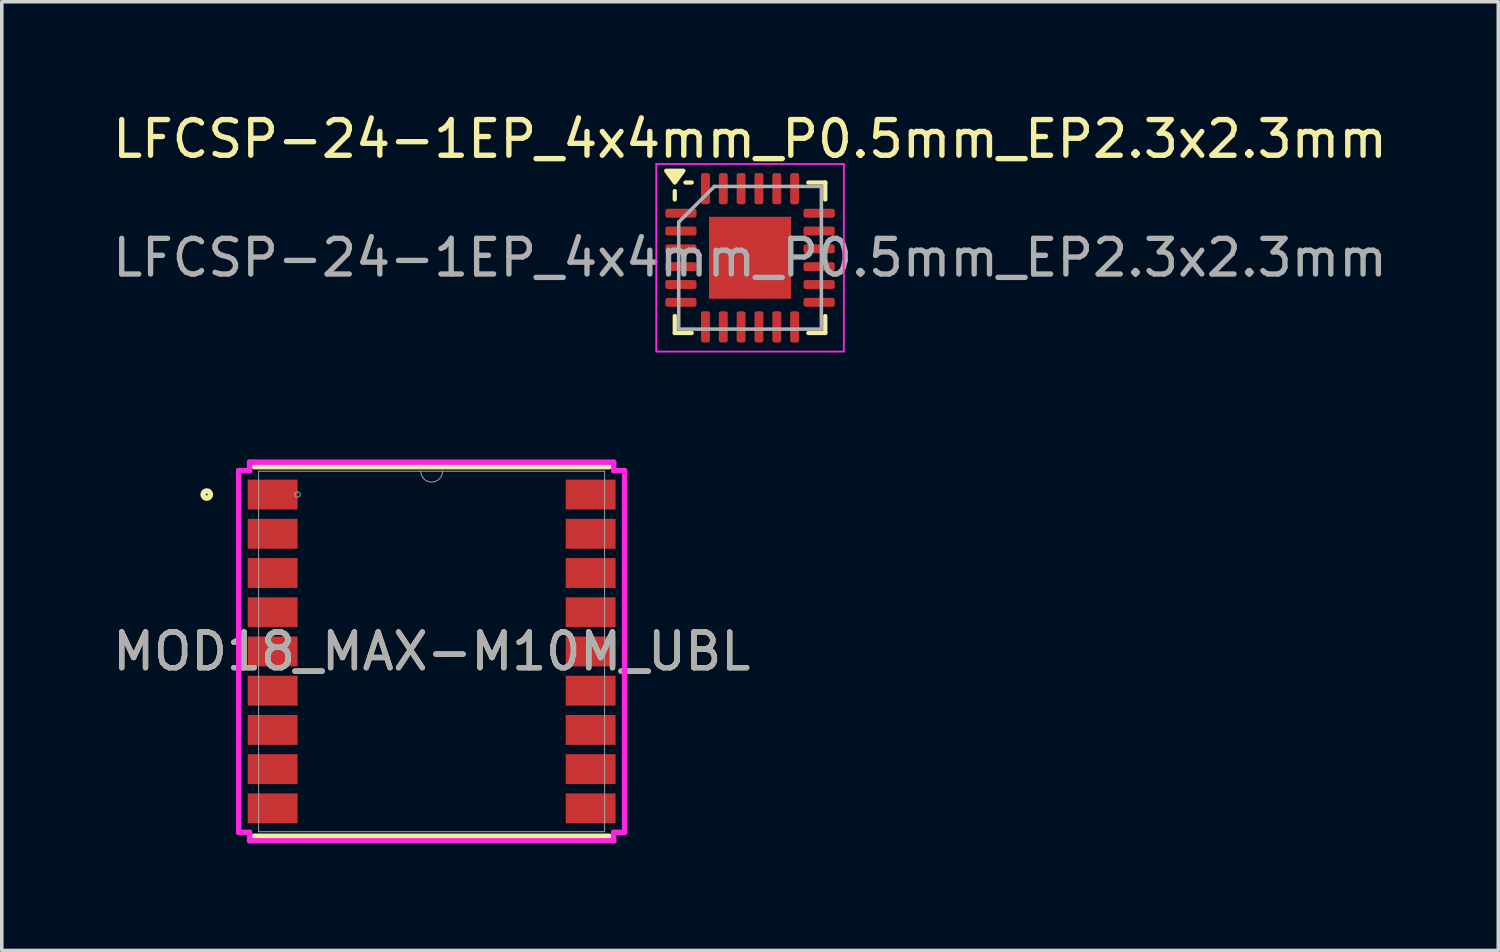
<source format=kicad_pcb>
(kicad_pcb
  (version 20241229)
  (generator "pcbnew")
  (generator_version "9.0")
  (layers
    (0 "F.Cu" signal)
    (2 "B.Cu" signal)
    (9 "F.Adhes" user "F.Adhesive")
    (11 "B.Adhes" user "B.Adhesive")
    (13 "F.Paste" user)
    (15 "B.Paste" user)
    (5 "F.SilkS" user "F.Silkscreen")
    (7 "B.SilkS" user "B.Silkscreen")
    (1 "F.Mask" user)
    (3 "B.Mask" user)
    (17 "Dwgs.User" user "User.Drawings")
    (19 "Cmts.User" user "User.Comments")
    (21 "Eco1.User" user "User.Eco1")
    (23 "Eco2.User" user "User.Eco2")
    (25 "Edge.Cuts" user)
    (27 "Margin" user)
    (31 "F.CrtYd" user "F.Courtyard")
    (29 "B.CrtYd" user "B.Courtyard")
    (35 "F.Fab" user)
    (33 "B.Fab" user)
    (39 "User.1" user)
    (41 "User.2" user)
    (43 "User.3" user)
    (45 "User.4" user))
  (footprint "LFCSP-24-1EP_4x4mm_P0.5mm_EP2.3x2.3mm"
    (layer "F.Cu")
    (at 17.982 4.178)
    (property "Reference" "LFCSP-24-1EP_4x4mm_P0.5mm_EP2.3x2.3mm" (at 0 -3.33 180) (layer "F.SilkS") (effects (font (size 1 1) (thickness 0.15))))
    (attr smd)
    (fp_line (start -2.11 -1.635) (end -2.11 -1.87) (stroke (width 0.12) (type solid)) (layer "F.SilkS"))
    (fp_line (start -2.11 2.11) (end -2.11 1.635) (stroke (width 0.12) (type solid)) (layer "F.SilkS"))
    (fp_line (start -1.635 -2.11) (end -1.81 -2.11) (stroke (width 0.12) (type solid)) (layer "F.SilkS"))
    (fp_line (start -1.635 2.11) (end -2.11 2.11) (stroke (width 0.12) (type solid)) (layer "F.SilkS"))
    (fp_line (start 1.635 -2.11) (end 2.11 -2.11) (stroke (width 0.12) (type solid)) (layer "F.SilkS"))
    (fp_line (start 1.635 2.11) (end 2.11 2.11) (stroke (width 0.12) (type solid)) (layer "F.SilkS"))
    (fp_line (start 2.11 -2.11) (end 2.11 -1.635) (stroke (width 0.12) (type solid)) (layer "F.SilkS"))
    (fp_line (start 2.11 2.11) (end 2.11 1.635) (stroke (width 0.12) (type solid)) (layer "F.SilkS"))
    (fp_poly (pts (xy -2.11 -2.11) (xy -2.35 -2.44) (xy -1.87 -2.44) (xy -2.11 -2.11)) (stroke (width 0.12) (type solid)) (fill yes) (layer "F.SilkS"))
    (fp_line (start -2.63 -2.63) (end -2.63 2.63) (stroke (width 0.05) (type solid)) (layer "F.CrtYd"))
    (fp_line (start -2.63 2.63) (end 2.63 2.63) (stroke (width 0.05) (type solid)) (layer "F.CrtYd"))
    (fp_line (start 2.63 -2.63) (end -2.63 -2.63) (stroke (width 0.05) (type solid)) (layer "F.CrtYd"))
    (fp_line (start 2.63 2.63) (end 2.63 -2.63) (stroke (width 0.05) (type solid)) (layer "F.CrtYd"))
    (fp_line (start -2 -1) (end -1 -2) (stroke (width 0.1) (type solid)) (layer "F.Fab"))
    (fp_line (start -2 2) (end -2 -1) (stroke (width 0.1) (type solid)) (layer "F.Fab"))
    (fp_line (start -1 -2) (end 2 -2) (stroke (width 0.1) (type solid)) (layer "F.Fab"))
    (fp_line (start 2 -2) (end 2 2) (stroke (width 0.1) (type solid)) (layer "F.Fab"))
    (fp_line (start 2 2) (end -2 2) (stroke (width 0.1) (type solid)) (layer "F.Fab"))
    (fp_text user "${REFERENCE}" (at 0 0 180) (layer "F.Fab") (effects (font (size 1 1) (thickness 0.15))))
    (pad "" smd roundrect (at -0.575 -0.575) (size 0.93 0.93) (layers "F.Paste") (roundrect_rratio 0.25))
    (pad "" smd roundrect (at -0.575 0.575) (size 0.93 0.93) (layers "F.Paste") (roundrect_rratio 0.25))
    (pad "" smd roundrect (at 0.575 -0.575) (size 0.93 0.93) (layers "F.Paste") (roundrect_rratio 0.25))
    (pad "" smd roundrect (at 0.575 0.575) (size 0.93 0.93) (layers "F.Paste") (roundrect_rratio 0.25))
    (pad "1" smd roundrect (at -1.938 -1.25) (size 0.875 0.25) (layers "F.Cu" "F.Mask" "F.Paste") (roundrect_rratio 0.25))
    (pad "2" smd roundrect (at -1.938 -0.75) (size 0.875 0.25) (layers "F.Cu" "F.Mask" "F.Paste") (roundrect_rratio 0.25))
    (pad "3" smd roundrect (at -1.938 -0.25) (size 0.875 0.25) (layers "F.Cu" "F.Mask" "F.Paste") (roundrect_rratio 0.25))
    (pad "4" smd roundrect (at -1.938 0.25) (size 0.875 0.25) (layers "F.Cu" "F.Mask" "F.Paste") (roundrect_rratio 0.25))
    (pad "5" smd roundrect (at -1.938 0.75) (size 0.875 0.25) (layers "F.Cu" "F.Mask" "F.Paste") (roundrect_rratio 0.25))
    (pad "6" smd roundrect (at -1.938 1.25) (size 0.875 0.25) (layers "F.Cu" "F.Mask" "F.Paste") (roundrect_rratio 0.25))
    (pad "7" smd roundrect (at -1.25 1.938) (size 0.25 0.875) (layers "F.Cu" "F.Mask" "F.Paste") (roundrect_rratio 0.25))
    (pad "8" smd roundrect (at -0.75 1.938) (size 0.25 0.875) (layers "F.Cu" "F.Mask" "F.Paste") (roundrect_rratio 0.25))
    (pad "9" smd roundrect (at -0.25 1.938) (size 0.25 0.875) (layers "F.Cu" "F.Mask" "F.Paste") (roundrect_rratio 0.25))
    (pad "10" smd roundrect (at 0.25 1.938) (size 0.25 0.875) (layers "F.Cu" "F.Mask" "F.Paste") (roundrect_rratio 0.25))
    (pad "11" smd roundrect (at 0.75 1.938) (size 0.25 0.875) (layers "F.Cu" "F.Mask" "F.Paste") (roundrect_rratio 0.25))
    (pad "12" smd roundrect (at 1.25 1.938) (size 0.25 0.875) (layers "F.Cu" "F.Mask" "F.Paste") (roundrect_rratio 0.25))
    (pad "13" smd roundrect (at 1.938 1.25) (size 0.875 0.25) (layers "F.Cu" "F.Mask" "F.Paste") (roundrect_rratio 0.25))
    (pad "14" smd roundrect (at 1.938 0.75) (size 0.875 0.25) (layers "F.Cu" "F.Mask" "F.Paste") (roundrect_rratio 0.25))
    (pad "15" smd roundrect (at 1.938 0.25) (size 0.875 0.25) (layers "F.Cu" "F.Mask" "F.Paste") (roundrect_rratio 0.25))
    (pad "16" smd roundrect (at 1.938 -0.25) (size 0.875 0.25) (layers "F.Cu" "F.Mask" "F.Paste") (roundrect_rratio 0.25))
    (pad "17" smd roundrect (at 1.938 -0.75) (size 0.875 0.25) (layers "F.Cu" "F.Mask" "F.Paste") (roundrect_rratio 0.25))
    (pad "18" smd roundrect (at 1.938 -1.25) (size 0.875 0.25) (layers "F.Cu" "F.Mask" "F.Paste") (roundrect_rratio 0.25))
    (pad "19" smd roundrect (at 1.25 -1.938) (size 0.25 0.875) (layers "F.Cu" "F.Mask" "F.Paste") (roundrect_rratio 0.25))
    (pad "20" smd roundrect (at 0.75 -1.938) (size 0.25 0.875) (layers "F.Cu" "F.Mask" "F.Paste") (roundrect_rratio 0.25))
    (pad "21" smd roundrect (at 0.25 -1.938) (size 0.25 0.875) (layers "F.Cu" "F.Mask" "F.Paste") (roundrect_rratio 0.25))
    (pad "22" smd roundrect (at -0.25 -1.938) (size 0.25 0.875) (layers "F.Cu" "F.Mask" "F.Paste") (roundrect_rratio 0.25))
    (pad "23" smd roundrect (at -0.75 -1.938) (size 0.25 0.875) (layers "F.Cu" "F.Mask" "F.Paste") (roundrect_rratio 0.25))
    (pad "24" smd roundrect (at -1.25 -1.938) (size 0.25 0.875) (layers "F.Cu" "F.Mask" "F.Paste") (roundrect_rratio 0.25))
    (pad "25" smd rect (at 0 0) (size 2.3 2.3) (property pad_prop_heatsink) (layers "F.Cu" "F.Mask")))
  (footprint "MOD18_MAX-M10M_UBL"
    (layer "F.Cu")
    (at 9.054 15.218)
    (property "Reference" "MOD18_MAX-M10M_UBL" (at 0 0 0) (unlocked yes) (layer "F.SilkS") (effects (font (size 1 1) (thickness 0.15))))
    (attr smd)
    (fp_line (start -4.978 5.182) (end 4.978 5.182) (stroke (width 0.152) (type solid)) (layer "F.SilkS"))
    (fp_line (start 4.978 -5.182) (end -4.978 -5.182) (stroke (width 0.152) (type solid)) (layer "F.SilkS"))
    (fp_circle (center -6.307 -4.4) (end -6.205 -4.4) (stroke (width 0.152) (type solid)) (fill no) (layer "F.SilkS"))
    (fp_line (start -5.41 -5.073) (end -5.105 -5.073) (stroke (width 0.152) (type solid)) (layer "F.CrtYd"))
    (fp_line (start -5.41 5.073) (end -5.41 -5.073) (stroke (width 0.152) (type solid)) (layer "F.CrtYd"))
    (fp_line (start -5.41 5.073) (end -5.105 5.073) (stroke (width 0.152) (type solid)) (layer "F.CrtYd"))
    (fp_line (start -5.105 -5.309) (end 5.105 -5.309) (stroke (width 0.152) (type solid)) (layer "F.CrtYd"))
    (fp_line (start -5.105 -5.073) (end -5.105 -5.309) (stroke (width 0.152) (type solid)) (layer "F.CrtYd"))
    (fp_line (start -5.105 5.309) (end -5.105 5.073) (stroke (width 0.152) (type solid)) (layer "F.CrtYd"))
    (fp_line (start 5.105 -5.309) (end 5.105 -5.073) (stroke (width 0.152) (type solid)) (layer "F.CrtYd"))
    (fp_line (start 5.105 5.073) (end 5.105 5.309) (stroke (width 0.152) (type solid)) (layer "F.CrtYd"))
    (fp_line (start 5.105 5.309) (end -5.105 5.309) (stroke (width 0.152) (type solid)) (layer "F.CrtYd"))
    (fp_line (start 5.41 -5.073) (end 5.105 -5.073) (stroke (width 0.152) (type solid)) (layer "F.CrtYd"))
    (fp_line (start 5.41 -5.073) (end 5.41 5.073) (stroke (width 0.152) (type solid)) (layer "F.CrtYd"))
    (fp_line (start 5.41 5.073) (end 5.105 5.073) (stroke (width 0.152) (type solid)) (layer "F.CrtYd"))
    (fp_line (start -4.851 -5.055) (end -4.851 5.055) (stroke (width 0.025) (type solid)) (layer "F.Fab"))
    (fp_line (start -4.851 5.055) (end 4.851 5.055) (stroke (width 0.025) (type solid)) (layer "F.Fab"))
    (fp_line (start 4.851 -5.055) (end -4.851 -5.055) (stroke (width 0.025) (type solid)) (layer "F.Fab"))
    (fp_line (start 4.851 5.055) (end 4.851 -5.055) (stroke (width 0.025) (type solid)) (layer "F.Fab"))
    (fp_arc (start 0.3048 -5.0546) (mid 0 -4.7498) (end -0.3048 -5.0546) (stroke (width 0.0254) (type solid)) (layer "F.Fab"))
    (fp_circle (center -3.759 -4.4) (end -3.683 -4.4) (stroke (width 0.025) (type solid)) (fill no) (layer "F.Fab"))
    (fp_text user "${REFERENCE}" (at 0 0 0) (unlocked yes) (layer "F.Fab") (effects (font (size 1 1) (thickness 0.15))))
    (pad "1" smd rect (at -4.458 -4.4) (size 1.397 0.838) (layers "F.Cu" "F.Mask" "F.Paste"))
    (pad "2" smd rect (at -4.458 -3.3) (size 1.397 0.838) (layers "F.Cu" "F.Mask" "F.Paste"))
    (pad "3" smd rect (at -4.458 -2.2) (size 1.397 0.838) (layers "F.Cu" "F.Mask" "F.Paste"))
    (pad "4" smd rect (at -4.458 -1.1) (size 1.397 0.838) (layers "F.Cu" "F.Mask" "F.Paste"))
    (pad "5" smd rect (at -4.458 0) (size 1.397 0.838) (layers "F.Cu" "F.Mask" "F.Paste"))
    (pad "6" smd rect (at -4.458 1.1) (size 1.397 0.838) (layers "F.Cu" "F.Mask" "F.Paste"))
    (pad "7" smd rect (at -4.458 2.2) (size 1.397 0.838) (layers "F.Cu" "F.Mask" "F.Paste"))
    (pad "8" smd rect (at -4.458 3.3) (size 1.397 0.838) (layers "F.Cu" "F.Mask" "F.Paste"))
    (pad "9" smd rect (at -4.458 4.4) (size 1.397 0.838) (layers "F.Cu" "F.Mask" "F.Paste"))
    (pad "10" smd rect (at 4.458 4.4) (size 1.397 0.838) (layers "F.Cu" "F.Mask" "F.Paste"))
    (pad "11" smd rect (at 4.458 3.3) (size 1.397 0.838) (layers "F.Cu" "F.Mask" "F.Paste"))
    (pad "12" smd rect (at 4.458 2.2) (size 1.397 0.838) (layers "F.Cu" "F.Mask" "F.Paste"))
    (pad "13" smd rect (at 4.458 1.1) (size 1.397 0.838) (layers "F.Cu" "F.Mask" "F.Paste"))
    (pad "14" smd rect (at 4.458 0) (size 1.397 0.838) (layers "F.Cu" "F.Mask" "F.Paste"))
    (pad "15" smd rect (at 4.458 -1.1) (size 1.397 0.838) (layers "F.Cu" "F.Mask" "F.Paste"))
    (pad "16" smd rect (at 4.458 -2.2) (size 1.397 0.838) (layers "F.Cu" "F.Mask" "F.Paste"))
    (pad "17" smd rect (at 4.458 -3.3) (size 1.397 0.838) (layers "F.Cu" "F.Mask" "F.Paste"))
    (pad "18" smd rect (at 4.458 -4.4) (size 1.397 0.838) (layers "F.Cu" "F.Mask" "F.Paste")))
  (gr_rect
    (start -3 -3)
    (end 38.964 23.603)
    (stroke (width 0.1) (type default))
    (fill no)
    (layer "Edge.Cuts")))
</source>
